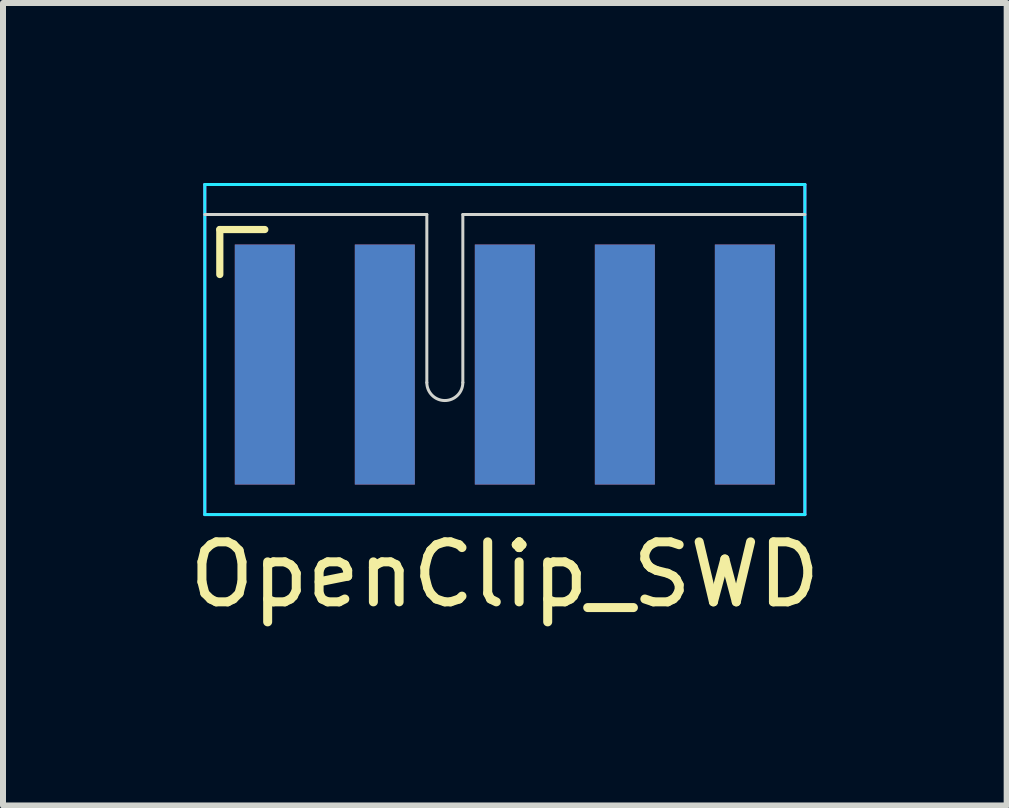
<source format=kicad_pcb>
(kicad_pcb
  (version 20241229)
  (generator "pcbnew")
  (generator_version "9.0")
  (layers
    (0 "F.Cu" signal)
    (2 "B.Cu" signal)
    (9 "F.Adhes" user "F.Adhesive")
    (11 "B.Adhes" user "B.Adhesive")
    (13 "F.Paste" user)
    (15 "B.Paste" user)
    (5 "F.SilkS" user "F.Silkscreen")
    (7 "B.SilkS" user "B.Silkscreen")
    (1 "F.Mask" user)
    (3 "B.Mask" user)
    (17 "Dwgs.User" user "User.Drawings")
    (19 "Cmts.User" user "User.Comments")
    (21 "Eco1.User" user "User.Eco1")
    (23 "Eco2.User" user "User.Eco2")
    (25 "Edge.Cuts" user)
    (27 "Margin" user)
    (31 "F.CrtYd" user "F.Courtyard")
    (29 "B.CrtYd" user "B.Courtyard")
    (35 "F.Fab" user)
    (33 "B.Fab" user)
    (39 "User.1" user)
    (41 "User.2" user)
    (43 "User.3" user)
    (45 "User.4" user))
  (footprint "OpenClip_SWD"
    (layer "F.Cu")
    (at 5.363 0.525)
    (property "Reference" "OpenClip_SWD" (at 0 6 0) (layer "F.SilkS") (effects (font (size 1 1) (thickness 0.15))))
    (attr through_hole)
    (fp_line (start -4.75 0.25) (end -4.75 1) (stroke (width 0.12) (type solid)) (layer "F.SilkS"))
    (fp_line (start -4 0.25) (end -4.75 0.25) (stroke (width 0.12) (type solid)) (layer "F.SilkS"))
    (fp_line (start -5 0) (end -1.3 0) (stroke (width 0.05) (type solid)) (layer "Edge.Cuts"))
    (fp_line (start -1.3 0) (end -1.3 2.8) (stroke (width 0.05) (type solid)) (layer "Edge.Cuts"))
    (fp_line (start -0.7 0) (end 5 0) (stroke (width 0.05) (type solid)) (layer "Edge.Cuts"))
    (fp_line (start -0.7 2.8) (end -0.7 0) (stroke (width 0.05) (type solid)) (layer "Edge.Cuts"))
    (fp_arc (start -0.7 2.8) (mid -1 3.1) (end -1.3 2.8) (stroke (width 0.05) (type solid)) (layer "Edge.Cuts"))
    (fp_line (start -5 -0.5) (end 5 -0.5) (stroke (width 0.05) (type solid)) (layer "B.CrtYd"))
    (fp_line (start -5 5) (end -5 -0.5) (stroke (width 0.05) (type solid)) (layer "B.CrtYd"))
    (fp_line (start 5 -0.5) (end 5 5) (stroke (width 0.05) (type solid)) (layer "B.CrtYd"))
    (fp_line (start 5 5) (end -5 5) (stroke (width 0.05) (type solid)) (layer "B.CrtYd"))
    (fp_line (start -5 -0.5) (end -5 5) (stroke (width 0.05) (type solid)) (layer "F.CrtYd"))
    (fp_line (start -5 5) (end 5 5) (stroke (width 0.05) (type solid)) (layer "F.CrtYd"))
    (fp_line (start 5 -0.5) (end -5 -0.5) (stroke (width 0.05) (type solid)) (layer "F.CrtYd"))
    (fp_line (start 5 5) (end 5 -0.5) (stroke (width 0.05) (type solid)) (layer "F.CrtYd"))
    (pad "1" smd rect (at -4 2.5) (size 1 4) (layers "F.Cu" "F.Mask" "F.Paste"))
    (pad "2" smd rect (at -2 2.5) (size 1 4) (layers "F.Cu" "F.Mask" "F.Paste"))
    (pad "3" smd rect (at 0 2.5) (size 1 4) (layers "F.Cu" "F.Mask" "F.Paste"))
    (pad "4" smd rect (at 2 2.5) (size 1 4) (layers "F.Cu" "F.Mask" "F.Paste"))
    (pad "5" smd rect (at 4 2.5) (size 1 4) (layers "F.Cu" "F.Mask" "F.Paste"))
    (pad "6" smd rect (at -4 2.5) (size 1 4) (layers "F.Mask" "B.Cu" "F.Paste"))
    (pad "7" smd rect (at -2 2.5) (size 1 4) (layers "F.Mask" "B.Cu" "F.Paste"))
    (pad "8" smd rect (at 0 2.5) (size 1 4) (layers "F.Mask" "B.Cu" "F.Paste"))
    (pad "9" smd rect (at 2 2.5) (size 1 4) (layers "F.Mask" "B.Cu" "F.Paste"))
    (pad "10" smd rect (at 4 2.5) (size 1 4) (layers "F.Mask" "B.Cu" "F.Paste")))
  (gr_rect
    (start -3 -3)
    (end 13.726 10.373)
    (stroke (width 0.1) (type default))
    (fill no)
    (layer "Edge.Cuts")))
</source>
